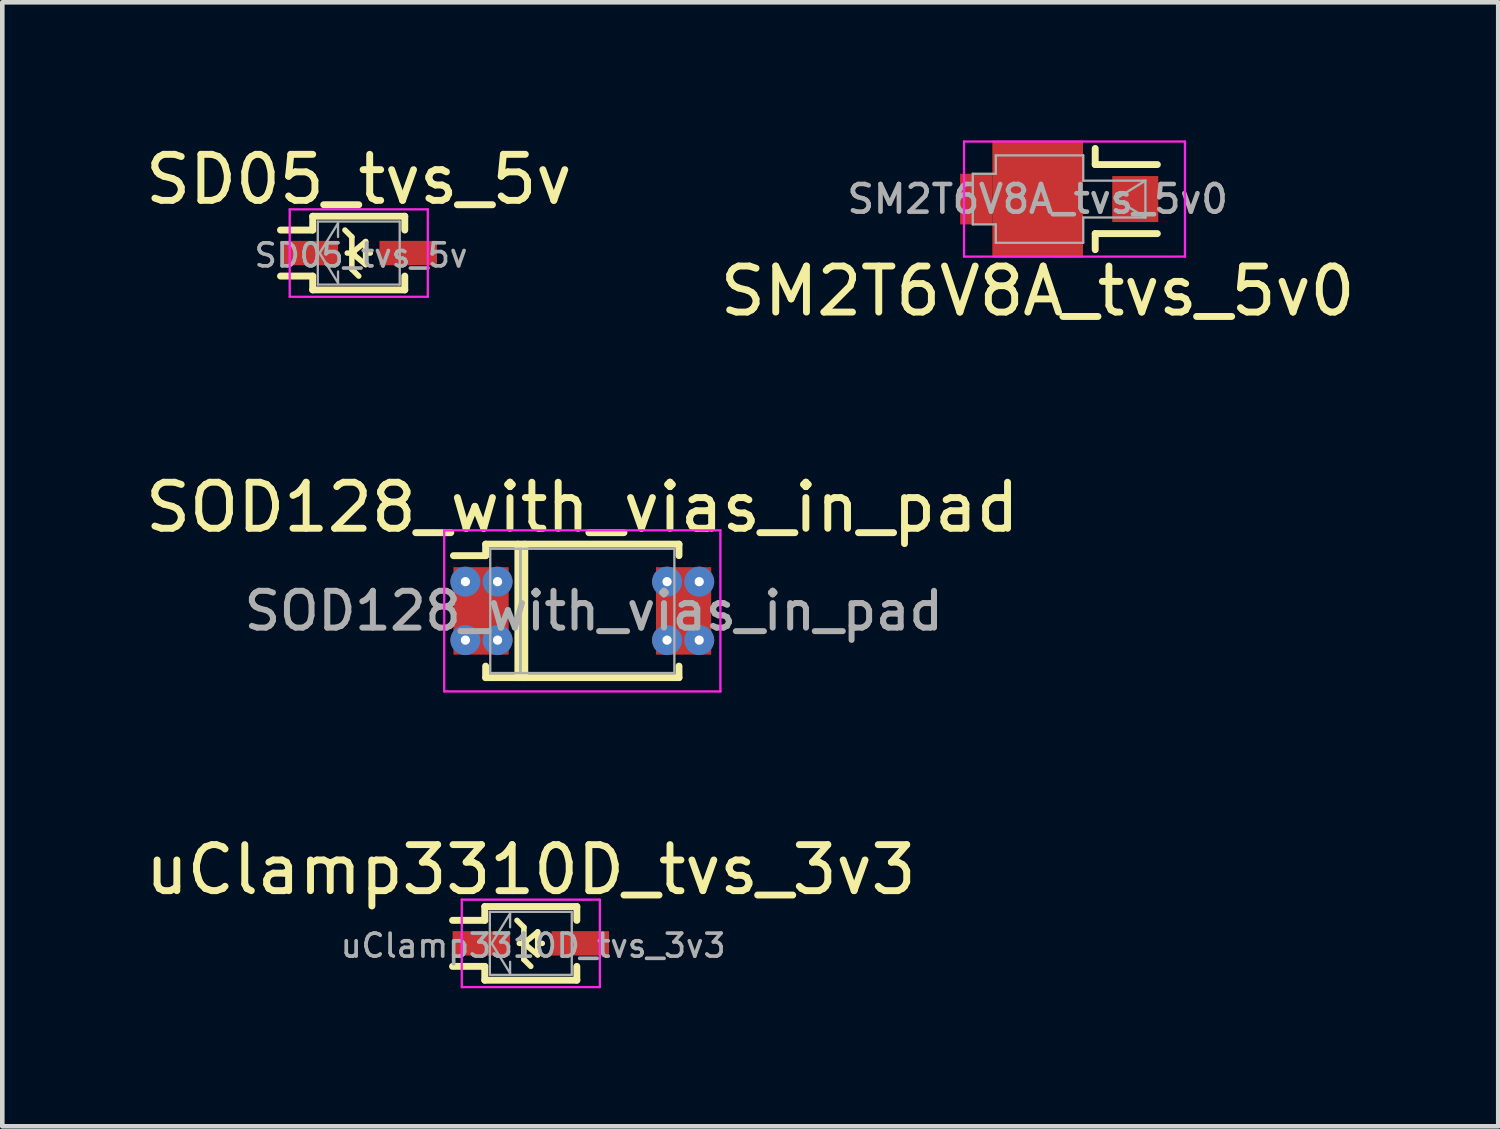
<source format=kicad_pcb>
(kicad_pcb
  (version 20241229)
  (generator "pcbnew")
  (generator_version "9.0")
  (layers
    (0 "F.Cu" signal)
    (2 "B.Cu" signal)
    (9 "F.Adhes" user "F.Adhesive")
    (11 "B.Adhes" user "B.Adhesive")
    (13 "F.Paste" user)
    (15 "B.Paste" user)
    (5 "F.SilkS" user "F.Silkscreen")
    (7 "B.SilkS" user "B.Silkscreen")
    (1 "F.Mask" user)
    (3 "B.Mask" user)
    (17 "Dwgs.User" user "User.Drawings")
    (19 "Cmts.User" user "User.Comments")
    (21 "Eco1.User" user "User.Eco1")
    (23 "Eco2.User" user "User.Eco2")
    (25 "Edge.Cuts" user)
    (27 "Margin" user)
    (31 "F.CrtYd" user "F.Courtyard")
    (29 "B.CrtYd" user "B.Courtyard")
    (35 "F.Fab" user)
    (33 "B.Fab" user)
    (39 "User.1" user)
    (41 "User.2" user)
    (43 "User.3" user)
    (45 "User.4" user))
  (footprint "SOD128_with_vias_in_pad"
    (layer "F.Cu")
    (at 9.601 10.222)
    (property "Reference" "SOD128_with_vias_in_pad" (at 0.25 0 0) (layer "F.Fab") (effects (font (size 0.8 0.8) (thickness 0.13))))
    (attr through_hole)
    (fp_line (start -2.8 -1.2) (end -2.1 -1.2) (stroke (width 0.15) (type solid)) (layer "F.SilkS"))
    (fp_line (start -2.1 -1.45) (end 2.1 -1.45) (stroke (width 0.15) (type solid)) (layer "F.SilkS"))
    (fp_line (start -2.1 -1.2) (end -2.1 -1.45) (stroke (width 0.15) (type solid)) (layer "F.SilkS"))
    (fp_line (start -2.1 1.45) (end -2.1 1.2) (stroke (width 0.15) (type solid)) (layer "F.SilkS"))
    (fp_line (start -1.4 -1.45) (end -1.4 1.45) (stroke (width 0.15) (type solid)) (layer "F.SilkS"))
    (fp_line (start -1.25 -1.45) (end -1.25 1.45) (stroke (width 0.15) (type solid)) (layer "F.SilkS"))
    (fp_line (start 2.1 -1.45) (end 2.1 -1.2) (stroke (width 0.15) (type solid)) (layer "F.SilkS"))
    (fp_line (start 2.1 1.2) (end 2.1 1.45) (stroke (width 0.15) (type solid)) (layer "F.SilkS"))
    (fp_line (start 2.1 1.45) (end -2.1 1.45) (stroke (width 0.15) (type solid)) (layer "F.SilkS"))
    (fp_line (start -3 -1.75) (end 3 -1.75) (stroke (width 0.05) (type solid)) (layer "F.CrtYd"))
    (fp_line (start -3 1.75) (end -3 -1.75) (stroke (width 0.05) (type solid)) (layer "F.CrtYd"))
    (fp_line (start 3 -1.75) (end 3 1.75) (stroke (width 0.05) (type solid)) (layer "F.CrtYd"))
    (fp_line (start 3 1.75) (end -3 1.75) (stroke (width 0.05) (type solid)) (layer "F.CrtYd"))
    (fp_line (start -2 -1.35) (end 2 -1.35) (stroke (width 0.05) (type solid)) (layer "F.Fab"))
    (fp_line (start -2 1.35) (end -2 -1.35) (stroke (width 0.05) (type solid)) (layer "F.Fab"))
    (fp_line (start -1.35 -1.35) (end -1.35 1.35) (stroke (width 0.05) (type solid)) (layer "F.Fab"))
    (fp_line (start 2 -1.35) (end 2 1.35) (stroke (width 0.05) (type solid)) (layer "F.Fab"))
    (fp_line (start 2 1.35) (end -2 1.35) (stroke (width 0.05) (type solid)) (layer "F.Fab"))
    (fp_text user "${REFERENCE}" (at 0 -2.25 0) (layer "F.SilkS") (effects (font (size 1 1) (thickness 0.15))))
    (pad "1" thru_hole circle (at -2.54 -0.635) (size 0.65 0.65) (drill 0.2) (layers "*.Cu" "*.Mask"))
    (pad "1" thru_hole circle (at -2.54 0.635) (size 0.65 0.65) (drill 0.2) (layers "*.Cu" "*.Mask"))
    (pad "1" smd rect (at -2.2 0) (size 1.2 1.9) (layers "F.Cu" "F.Mask" "F.Paste"))
    (pad "1" thru_hole circle (at -1.841 -0.635) (size 0.65 0.65) (drill 0.2) (layers "*.Cu" "*.Mask"))
    (pad "1" thru_hole circle (at -1.841 0.635) (size 0.65 0.65) (drill 0.2) (layers "*.Cu" "*.Mask"))
    (pad "2" thru_hole circle (at 1.841 -0.635) (size 0.65 0.65) (drill 0.2) (layers "*.Cu" "*.Mask"))
    (pad "2" thru_hole circle (at 1.841 0.635) (size 0.65 0.65) (drill 0.2) (layers "*.Cu" "*.Mask"))
    (pad "2" smd rect (at 2.2 0) (size 1.2 1.9) (layers "F.Cu" "F.Mask" "F.Paste"))
    (pad "2" thru_hole circle (at 2.54 -0.635) (size 0.65 0.65) (drill 0.2) (layers "*.Cu" "*.Mask"))
    (pad "2" thru_hole circle (at 2.54 0.635) (size 0.65 0.65) (drill 0.2) (layers "*.Cu" "*.Mask")))
  (footprint "uClamp3310D_tvs_3v3"
    (layer "F.Cu")
    (at 8.482 17.445)
    (property "Reference" "uClamp3310D_tvs_3v3" (at 0.05 0.05 0) (layer "F.Fab") (effects (font (size 0.5 0.5) (thickness 0.08))))
    (attr smd)
    (fp_line (start -1.7 -0.5) (end -1 -0.5) (stroke (width 0.15) (type solid)) (layer "F.SilkS"))
    (fp_line (start -1 -0.8) (end 1 -0.8) (stroke (width 0.15) (type solid)) (layer "F.SilkS"))
    (fp_line (start -1 -0.5) (end -1 -0.8) (stroke (width 0.15) (type solid)) (layer "F.SilkS"))
    (fp_line (start -1 0.5) (end -1.7 0.5) (stroke (width 0.15) (type solid)) (layer "F.SilkS"))
    (fp_line (start -1 0.8) (end -1 0.5) (stroke (width 0.15) (type solid)) (layer "F.SilkS"))
    (fp_line (start -0.15 -0.35) (end -0.3 -0.5) (stroke (width 0.12) (type solid)) (layer "F.SilkS"))
    (fp_line (start -0.15 -0.35) (end -0.15 0.35) (stroke (width 0.12) (type solid)) (layer "F.SilkS"))
    (fp_line (start -0.15 0) (end 0.15 -0.25) (stroke (width 0.12) (type solid)) (layer "F.SilkS"))
    (fp_line (start -0.1 0) (end -0.25 0) (stroke (width 0.12) (type solid)) (layer "F.SilkS"))
    (fp_line (start 0 0.5) (end -0.15 0.35) (stroke (width 0.12) (type solid)) (layer "F.SilkS"))
    (fp_line (start 0.15 -0.25) (end 0.15 0.25) (stroke (width 0.12) (type solid)) (layer "F.SilkS"))
    (fp_line (start 0.15 0) (end 0.25 0) (stroke (width 0.12) (type solid)) (layer "F.SilkS"))
    (fp_line (start 0.15 0.25) (end -0.15 0) (stroke (width 0.12) (type solid)) (layer "F.SilkS"))
    (fp_line (start 1 -0.8) (end 1 -0.5) (stroke (width 0.15) (type solid)) (layer "F.SilkS"))
    (fp_line (start 1 0.5) (end 1 0.8) (stroke (width 0.15) (type solid)) (layer "F.SilkS"))
    (fp_line (start 1 0.8) (end -1 0.8) (stroke (width 0.15) (type solid)) (layer "F.SilkS"))
    (fp_line (start -1.5 -0.95) (end -1.5 0.95) (stroke (width 0.05) (type solid)) (layer "F.CrtYd"))
    (fp_line (start -1.5 -0.95) (end 1.5 -0.95) (stroke (width 0.05) (type solid)) (layer "F.CrtYd"))
    (fp_line (start -1.5 0.95) (end 1.5 0.95) (stroke (width 0.05) (type solid)) (layer "F.CrtYd"))
    (fp_line (start 1.5 -0.95) (end 1.5 0.95) (stroke (width 0.05) (type solid)) (layer "F.CrtYd"))
    (fp_line (start -0.89 -0.685) (end 0.89 -0.685) (stroke (width 0.05) (type solid)) (layer "F.Fab"))
    (fp_line (start -0.89 0.685) (end -0.89 -0.685) (stroke (width 0.05) (type solid)) (layer "F.Fab"))
    (fp_line (start -0.85 0) (end -0.45 -0.65) (stroke (width 0.05) (type solid)) (layer "F.Fab"))
    (fp_line (start -0.85 0) (end -0.45 0.65) (stroke (width 0.05) (type solid)) (layer "F.Fab"))
    (fp_line (start -0.45 -0.65) (end -0.45 -0.35) (stroke (width 0.05) (type solid)) (layer "F.Fab"))
    (fp_line (start -0.45 0.65) (end -0.45 0.4) (stroke (width 0.05) (type solid)) (layer "F.Fab"))
    (fp_line (start 0.89 -0.685) (end 0.89 0.685) (stroke (width 0.05) (type solid)) (layer "F.Fab"))
    (fp_line (start 0.89 0.685) (end -0.89 0.685) (stroke (width 0.05) (type solid)) (layer "F.Fab"))
    (fp_text user "${REFERENCE}" (at 0 -1.6 0) (layer "F.SilkS") (effects (font (size 1 1) (thickness 0.15))))
    (pad "1" smd rect (at -1.075 0) (size 1.25 0.53) (layers "F.Cu" "F.Mask" "F.Paste"))
    (pad "2" smd rect (at 1.075 0) (size 1.25 0.53) (layers "F.Cu" "F.Mask" "F.Paste")))
  (footprint "SM2T6V8A_tvs_5v0"
    (layer "F.Cu")
    (at 19.494 1.275)
    (property "Reference" "SM2T6V8A_tvs_5v0" (at 0 0 0) (layer "F.Fab") (effects (font (size 0.6 0.6) (thickness 0.1))))
    (attr through_hole)
    (fp_line (start 1.25 -1.1) (end 1.25 -0.75) (stroke (width 0.15) (type solid)) (layer "F.SilkS"))
    (fp_line (start 1.25 1.1) (end 1.25 0.75) (stroke (width 0.15) (type solid)) (layer "F.SilkS"))
    (fp_line (start 2.6 -0.75) (end 1.25 -0.75) (stroke (width 0.15) (type solid)) (layer "F.SilkS"))
    (fp_line (start 2.6 0.75) (end 1.25 0.75) (stroke (width 0.15) (type solid)) (layer "F.SilkS"))
    (fp_line (start -1.6 -1.25) (end 3.2 -1.25) (stroke (width 0.05) (type solid)) (layer "F.CrtYd"))
    (fp_line (start -1.6 1.25) (end -1.6 -1.25) (stroke (width 0.05) (type solid)) (layer "F.CrtYd"))
    (fp_line (start 3.2 -1.25) (end 3.2 1.25) (stroke (width 0.05) (type solid)) (layer "F.CrtYd"))
    (fp_line (start 3.2 1.25) (end -1.6 1.25) (stroke (width 0.05) (type solid)) (layer "F.CrtYd"))
    (fp_line (start -1.41 -0.55) (end -1.41 0.55) (stroke (width 0.05) (type solid)) (layer "F.Fab"))
    (fp_line (start -1.41 0.55) (end -0.91 0.55) (stroke (width 0.05) (type solid)) (layer "F.Fab"))
    (fp_line (start -0.91 -0.95) (end 0.99 -0.95) (stroke (width 0.05) (type solid)) (layer "F.Fab"))
    (fp_line (start -0.91 -0.55) (end -1.41 -0.55) (stroke (width 0.05) (type solid)) (layer "F.Fab"))
    (fp_line (start -0.91 -0.55) (end -0.91 -0.95) (stroke (width 0.05) (type solid)) (layer "F.Fab"))
    (fp_line (start -0.91 0.95) (end -0.91 0.55) (stroke (width 0.05) (type solid)) (layer "F.Fab"))
    (fp_line (start 0.99 -0.95) (end 0.99 -0.4) (stroke (width 0.05) (type solid)) (layer "F.Fab"))
    (fp_line (start 0.99 -0.4) (end 2.34 -0.4) (stroke (width 0.05) (type solid)) (layer "F.Fab"))
    (fp_line (start 0.99 0.4) (end 0.99 0.95) (stroke (width 0.05) (type solid)) (layer "F.Fab"))
    (fp_line (start 0.99 0.95) (end -0.91 0.95) (stroke (width 0.05) (type solid)) (layer "F.Fab"))
    (fp_line (start 1.69 0) (end 2.34 0.4) (stroke (width 0.05) (type solid)) (layer "F.Fab"))
    (fp_line (start 2.34 -0.4) (end 1.69 0) (stroke (width 0.05) (type solid)) (layer "F.Fab"))
    (fp_line (start 2.34 -0.4) (end 2.34 0.4) (stroke (width 0.05) (type solid)) (layer "F.Fab"))
    (fp_line (start 2.34 0.4) (end 0.99 0.4) (stroke (width 0.05) (type solid)) (layer "F.Fab"))
    (fp_text user "${REFERENCE}" (at 0 2 0) (layer "F.SilkS") (effects (font (size 1 1) (thickness 0.15))))
    (pad "1" smd rect (at 2.12 0) (size 1 1) (layers "F.Cu" "F.Mask" "F.Paste"))
    (pad "2" smd rect (at -1.335 0) (size 0.7 1.1) (layers "F.Cu" "F.Mask" "F.Paste"))
    (pad "2" smd rect (at 0 0) (size 1.97 2.54) (layers "F.Cu" "F.Mask" "F.Paste")))
  (footprint "SD05_tvs_5v"
    (layer "F.Cu")
    (at 4.744 2.448)
    (property "Reference" "SD05_tvs_5v" (at 0.05 0.05 0) (layer "F.Fab") (effects (font (size 0.5 0.5) (thickness 0.08))))
    (attr smd)
    (fp_line (start -1.7 -0.5) (end -1 -0.5) (stroke (width 0.15) (type solid)) (layer "F.SilkS"))
    (fp_line (start -1 -0.8) (end 1 -0.8) (stroke (width 0.15) (type solid)) (layer "F.SilkS"))
    (fp_line (start -1 -0.5) (end -1 -0.8) (stroke (width 0.15) (type solid)) (layer "F.SilkS"))
    (fp_line (start -1 0.5) (end -1.7 0.5) (stroke (width 0.15) (type solid)) (layer "F.SilkS"))
    (fp_line (start -1 0.8) (end -1 0.5) (stroke (width 0.15) (type solid)) (layer "F.SilkS"))
    (fp_line (start -0.15 -0.35) (end -0.3 -0.5) (stroke (width 0.12) (type solid)) (layer "F.SilkS"))
    (fp_line (start -0.15 -0.35) (end -0.15 0.35) (stroke (width 0.12) (type solid)) (layer "F.SilkS"))
    (fp_line (start -0.15 0) (end 0.15 -0.25) (stroke (width 0.12) (type solid)) (layer "F.SilkS"))
    (fp_line (start -0.1 0) (end -0.25 0) (stroke (width 0.12) (type solid)) (layer "F.SilkS"))
    (fp_line (start 0 0.5) (end -0.15 0.35) (stroke (width 0.12) (type solid)) (layer "F.SilkS"))
    (fp_line (start 0.15 -0.25) (end 0.15 0.25) (stroke (width 0.12) (type solid)) (layer "F.SilkS"))
    (fp_line (start 0.15 0) (end 0.25 0) (stroke (width 0.12) (type solid)) (layer "F.SilkS"))
    (fp_line (start 0.15 0.25) (end -0.15 0) (stroke (width 0.12) (type solid)) (layer "F.SilkS"))
    (fp_line (start 1 -0.8) (end 1 -0.5) (stroke (width 0.15) (type solid)) (layer "F.SilkS"))
    (fp_line (start 1 0.5) (end 1 0.8) (stroke (width 0.15) (type solid)) (layer "F.SilkS"))
    (fp_line (start 1 0.8) (end -1 0.8) (stroke (width 0.15) (type solid)) (layer "F.SilkS"))
    (fp_line (start -1.5 -0.95) (end -1.5 0.95) (stroke (width 0.05) (type solid)) (layer "F.CrtYd"))
    (fp_line (start -1.5 -0.95) (end 1.5 -0.95) (stroke (width 0.05) (type solid)) (layer "F.CrtYd"))
    (fp_line (start -1.5 0.95) (end 1.5 0.95) (stroke (width 0.05) (type solid)) (layer "F.CrtYd"))
    (fp_line (start 1.5 -0.95) (end 1.5 0.95) (stroke (width 0.05) (type solid)) (layer "F.CrtYd"))
    (fp_line (start -0.89 -0.685) (end 0.89 -0.685) (stroke (width 0.05) (type solid)) (layer "F.Fab"))
    (fp_line (start -0.89 0.685) (end -0.89 -0.685) (stroke (width 0.05) (type solid)) (layer "F.Fab"))
    (fp_line (start -0.85 0) (end -0.45 -0.65) (stroke (width 0.05) (type solid)) (layer "F.Fab"))
    (fp_line (start -0.85 0) (end -0.45 0.65) (stroke (width 0.05) (type solid)) (layer "F.Fab"))
    (fp_line (start -0.45 -0.65) (end -0.45 -0.35) (stroke (width 0.05) (type solid)) (layer "F.Fab"))
    (fp_line (start -0.45 0.65) (end -0.45 0.4) (stroke (width 0.05) (type solid)) (layer "F.Fab"))
    (fp_line (start 0.89 -0.685) (end 0.89 0.685) (stroke (width 0.05) (type solid)) (layer "F.Fab"))
    (fp_line (start 0.89 0.685) (end -0.89 0.685) (stroke (width 0.05) (type solid)) (layer "F.Fab"))
    (fp_text user "${REFERENCE}" (at 0 -1.6 0) (layer "F.SilkS") (effects (font (size 1 1) (thickness 0.15))))
    (pad "1" smd rect (at -1.075 0) (size 1.25 0.53) (layers "F.Cu" "F.Mask" "F.Paste"))
    (pad "2" smd rect (at 1.075 0) (size 1.25 0.53) (layers "F.Cu" "F.Mask" "F.Paste")))
  (gr_rect
    (start -3 -3)
    (end 29.5 21.42)
    (stroke (width 0.1) (type default))
    (fill no)
    (layer "Edge.Cuts")))
</source>
